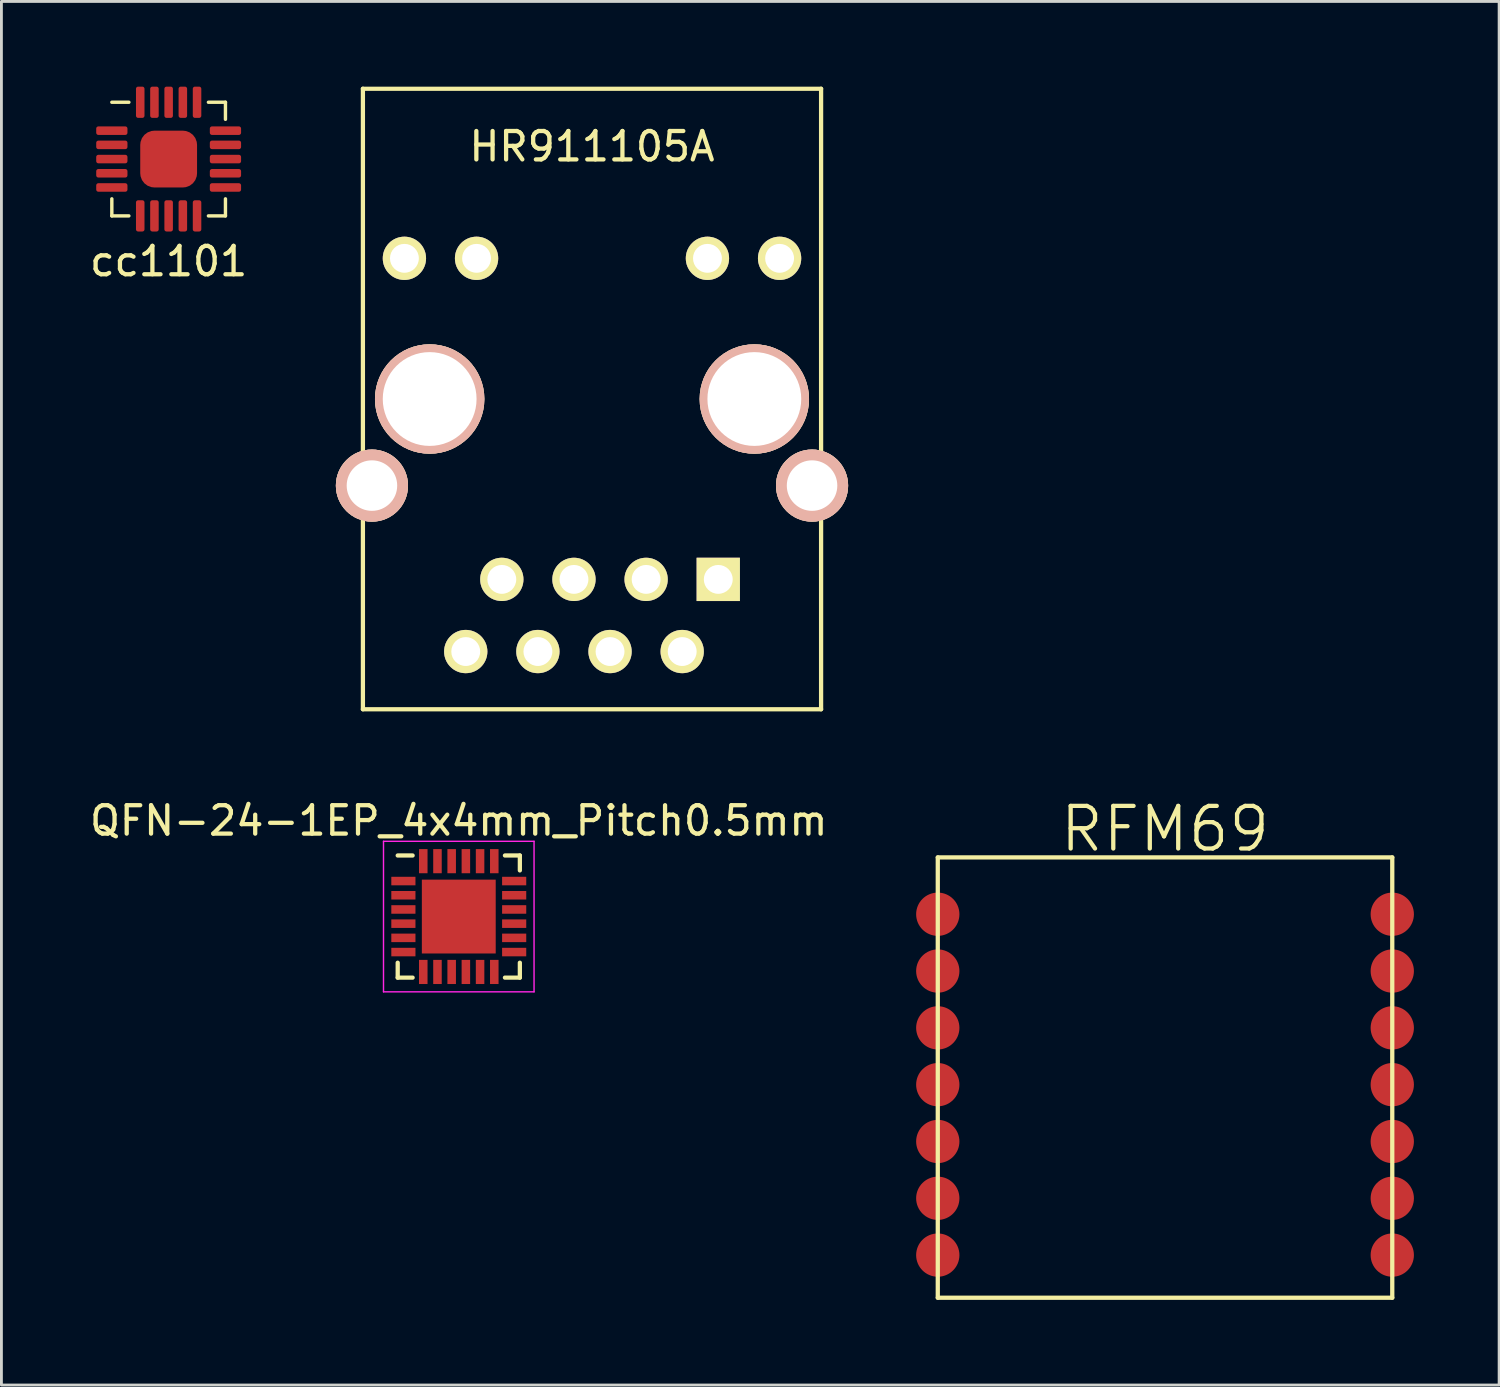
<source format=kicad_pcb>
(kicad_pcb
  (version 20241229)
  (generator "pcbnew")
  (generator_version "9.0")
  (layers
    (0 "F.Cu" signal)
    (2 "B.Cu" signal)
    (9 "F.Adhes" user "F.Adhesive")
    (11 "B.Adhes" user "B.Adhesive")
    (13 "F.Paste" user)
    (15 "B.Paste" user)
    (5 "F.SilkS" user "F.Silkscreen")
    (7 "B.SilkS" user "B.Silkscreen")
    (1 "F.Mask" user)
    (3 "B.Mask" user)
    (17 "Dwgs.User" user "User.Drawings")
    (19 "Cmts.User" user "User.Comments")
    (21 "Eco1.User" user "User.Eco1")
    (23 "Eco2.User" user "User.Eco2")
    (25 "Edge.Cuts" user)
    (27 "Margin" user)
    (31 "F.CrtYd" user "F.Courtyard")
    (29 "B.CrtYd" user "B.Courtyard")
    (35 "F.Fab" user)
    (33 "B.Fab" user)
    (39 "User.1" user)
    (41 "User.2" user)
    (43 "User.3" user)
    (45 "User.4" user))
  (footprint "QFN-24-1EP_4x4mm_Pitch0.5mm"
    (layer "F.Cu")
    (at 13.101 29.217)
    (property "Reference" "QFN-24-1EP_4x4mm_Pitch0.5mm" (at 0 -3.375 0) (layer "F.SilkS") (effects (font (size 1 1) (thickness 0.15))))
    (attr smd)
    (fp_line (start -2.15 -2.15) (end -1.625 -2.15) (stroke (width 0.15) (type solid)) (layer "F.SilkS"))
    (fp_line (start -2.15 2.15) (end -2.15 1.625) (stroke (width 0.15) (type solid)) (layer "F.SilkS"))
    (fp_line (start -2.15 2.15) (end -1.625 2.15) (stroke (width 0.15) (type solid)) (layer "F.SilkS"))
    (fp_line (start 2.15 -2.15) (end 1.625 -2.15) (stroke (width 0.15) (type solid)) (layer "F.SilkS"))
    (fp_line (start 2.15 -2.15) (end 2.15 -1.625) (stroke (width 0.15) (type solid)) (layer "F.SilkS"))
    (fp_line (start 2.15 2.15) (end 1.625 2.15) (stroke (width 0.15) (type solid)) (layer "F.SilkS"))
    (fp_line (start 2.15 2.15) (end 2.15 1.625) (stroke (width 0.15) (type solid)) (layer "F.SilkS"))
    (fp_line (start -2.65 -2.65) (end -2.65 2.65) (stroke (width 0.05) (type solid)) (layer "F.CrtYd"))
    (fp_line (start -2.65 -2.65) (end 2.65 -2.65) (stroke (width 0.05) (type solid)) (layer "F.CrtYd"))
    (fp_line (start -2.65 2.65) (end 2.65 2.65) (stroke (width 0.05) (type solid)) (layer "F.CrtYd"))
    (fp_line (start 2.65 -2.65) (end 2.65 2.65) (stroke (width 0.05) (type solid)) (layer "F.CrtYd"))
    (pad "1" smd rect (at -1.95 -1.25) (size 0.85 0.3) (layers "F.Cu" "F.Mask" "F.Paste"))
    (pad "2" smd rect (at -1.95 -0.75) (size 0.85 0.3) (layers "F.Cu" "F.Mask" "F.Paste"))
    (pad "3" smd rect (at -1.95 -0.25) (size 0.85 0.3) (layers "F.Cu" "F.Mask" "F.Paste"))
    (pad "4" smd rect (at -1.95 0.25) (size 0.85 0.3) (layers "F.Cu" "F.Mask" "F.Paste"))
    (pad "5" smd rect (at -1.95 0.75) (size 0.85 0.3) (layers "F.Cu" "F.Mask" "F.Paste"))
    (pad "6" smd rect (at -1.95 1.25) (size 0.85 0.3) (layers "F.Cu" "F.Mask" "F.Paste"))
    (pad "7" smd rect (at -1.25 1.95 90) (size 0.85 0.3) (layers "F.Cu" "F.Mask" "F.Paste"))
    (pad "8" smd rect (at -0.75 1.95 90) (size 0.85 0.3) (layers "F.Cu" "F.Mask" "F.Paste"))
    (pad "9" smd rect (at -0.25 1.95 90) (size 0.85 0.3) (layers "F.Cu" "F.Mask" "F.Paste"))
    (pad "10" smd rect (at 0.25 1.95 90) (size 0.85 0.3) (layers "F.Cu" "F.Mask" "F.Paste"))
    (pad "11" smd rect (at 0.75 1.95 90) (size 0.85 0.3) (layers "F.Cu" "F.Mask" "F.Paste"))
    (pad "12" smd rect (at 1.25 1.95 90) (size 0.85 0.3) (layers "F.Cu" "F.Mask" "F.Paste"))
    (pad "13" smd rect (at 1.95 1.25) (size 0.85 0.3) (layers "F.Cu" "F.Mask" "F.Paste"))
    (pad "14" smd rect (at 1.95 0.75) (size 0.85 0.3) (layers "F.Cu" "F.Mask" "F.Paste"))
    (pad "15" smd rect (at 1.95 0.25) (size 0.85 0.3) (layers "F.Cu" "F.Mask" "F.Paste"))
    (pad "16" smd rect (at 1.95 -0.25) (size 0.85 0.3) (layers "F.Cu" "F.Mask" "F.Paste"))
    (pad "17" smd rect (at 1.95 -0.75) (size 0.85 0.3) (layers "F.Cu" "F.Mask" "F.Paste"))
    (pad "18" smd rect (at 1.95 -1.25) (size 0.85 0.3) (layers "F.Cu" "F.Mask" "F.Paste"))
    (pad "19" smd rect (at 1.25 -1.95 90) (size 0.85 0.3) (layers "F.Cu" "F.Mask" "F.Paste"))
    (pad "20" smd rect (at 0.75 -1.95 90) (size 0.85 0.3) (layers "F.Cu" "F.Mask" "F.Paste"))
    (pad "21" smd rect (at 0.25 -1.95 90) (size 0.85 0.3) (layers "F.Cu" "F.Mask" "F.Paste"))
    (pad "22" smd rect (at -0.25 -1.95 90) (size 0.85 0.3) (layers "F.Cu" "F.Mask" "F.Paste"))
    (pad "23" smd rect (at -0.75 -1.95 90) (size 0.85 0.3) (layers "F.Cu" "F.Mask" "F.Paste"))
    (pad "24" smd rect (at -1.25 -1.95 90) (size 0.85 0.3) (layers "F.Cu" "F.Mask" "F.Paste"))
    (pad "25" smd rect (at 0 0) (size 2.6 2.6) (layers "F.Cu" "F.Mask" "F.Paste")))
  (footprint "cc1101"
    (layer "F.Cu")
    (at 2.887 2.55)
    (property "Reference" "cc1101" (at 0 3.6 0) (layer "F.SilkS") (effects (font (size 1 1) (thickness 0.15))))
    (attr through_hole)
    (fp_line (start -2 -2) (end -1.4 -2) (stroke (width 0.12) (type solid)) (layer "F.SilkS"))
    (fp_line (start -2 2) (end -2 1.4) (stroke (width 0.12) (type solid)) (layer "F.SilkS"))
    (fp_line (start -1.4 2) (end -2 2) (stroke (width 0.12) (type solid)) (layer "F.SilkS"))
    (fp_line (start 1.4 -2) (end 2 -2) (stroke (width 0.12) (type solid)) (layer "F.SilkS"))
    (fp_line (start 2 -2) (end 2 -1.4) (stroke (width 0.12) (type solid)) (layer "F.SilkS"))
    (fp_line (start 2 1.4) (end 2 2) (stroke (width 0.12) (type solid)) (layer "F.SilkS"))
    (fp_line (start 2 2) (end 1.4 2) (stroke (width 0.12) (type solid)) (layer "F.SilkS"))
    (pad "1" smd roundrect (at -2 -1) (size 1.1 0.3) (layers "F.Cu" "F.Mask" "F.Paste") (roundrect_rratio 0.25))
    (pad "2" smd roundrect (at -2 -0.5) (size 1.1 0.3) (layers "F.Cu" "F.Mask" "F.Paste") (roundrect_rratio 0.25))
    (pad "3" smd roundrect (at -2 0) (size 1.1 0.3) (layers "F.Cu" "F.Mask" "F.Paste") (roundrect_rratio 0.25))
    (pad "4" smd roundrect (at -2 0.5) (size 1.1 0.3) (layers "F.Cu" "F.Mask" "F.Paste") (roundrect_rratio 0.25))
    (pad "5" smd roundrect (at -2 1) (size 1.1 0.3) (layers "F.Cu" "F.Mask" "F.Paste") (roundrect_rratio 0.25))
    (pad "6" smd roundrect (at -1 2) (size 0.3 1.1) (layers "F.Cu" "F.Mask" "F.Paste") (roundrect_rratio 0.25))
    (pad "7" smd roundrect (at -0.5 2) (size 0.3 1.1) (layers "F.Cu" "F.Mask" "F.Paste") (roundrect_rratio 0.25))
    (pad "8" smd roundrect (at 0 2) (size 0.3 1.1) (layers "F.Cu" "F.Mask" "F.Paste") (roundrect_rratio 0.25))
    (pad "9" smd roundrect (at 0.5 2) (size 0.3 1.1) (layers "F.Cu" "F.Mask" "F.Paste") (roundrect_rratio 0.25))
    (pad "10" smd roundrect (at 1 2) (size 0.3 1.1) (layers "F.Cu" "F.Mask" "F.Paste") (roundrect_rratio 0.25))
    (pad "11" smd roundrect (at 2 1) (size 1.1 0.3) (layers "F.Cu" "F.Mask" "F.Paste") (roundrect_rratio 0.25))
    (pad "12" smd roundrect (at 2 0.5) (size 1.1 0.3) (layers "F.Cu" "F.Mask" "F.Paste") (roundrect_rratio 0.25))
    (pad "13" smd roundrect (at 2 0) (size 1.1 0.3) (layers "F.Cu" "F.Mask" "F.Paste") (roundrect_rratio 0.25))
    (pad "14" smd roundrect (at 2 -0.5) (size 1.1 0.3) (layers "F.Cu" "F.Mask" "F.Paste") (roundrect_rratio 0.25))
    (pad "15" smd roundrect (at 2 -1) (size 1.1 0.3) (layers "F.Cu" "F.Mask" "F.Paste") (roundrect_rratio 0.25))
    (pad "16" smd roundrect (at 1 -2) (size 0.3 1.1) (layers "F.Cu" "F.Mask" "F.Paste") (roundrect_rratio 0.25))
    (pad "17" smd roundrect (at 0.5 -2) (size 0.3 1.1) (layers "F.Cu" "F.Mask" "F.Paste") (roundrect_rratio 0.25))
    (pad "18" smd roundrect (at 0 -2) (size 0.3 1.1) (layers "F.Cu" "F.Mask" "F.Paste") (roundrect_rratio 0.25))
    (pad "19" smd roundrect (at -0.5 -2) (size 0.3 1.1) (layers "F.Cu" "F.Mask" "F.Paste") (roundrect_rratio 0.25))
    (pad "19" smd roundrect (at 0 0) (size 2 2) (layers "F.Cu" "F.Mask" "F.Paste") (roundrect_rratio 0.25))
    (pad "20" smd roundrect (at -1 -2) (size 0.3 1.1) (layers "F.Cu" "F.Mask" "F.Paste") (roundrect_rratio 0.25)))
  (footprint "RFM69"
    (layer "F.Cu")
    (at 37.964 35.135)
    (property "Reference" "RFM69" (at 0 -9 0) (layer "F.SilkS") (effects (font (size 1.5 1.5) (thickness 0.15))))
    (attr through_hole)
    (fp_line (start -8 -8) (end -8 7.5) (stroke (width 0.15) (type solid)) (layer "F.SilkS"))
    (fp_line (start -8 7.5) (end 8 7.5) (stroke (width 0.15) (type solid)) (layer "F.SilkS"))
    (fp_line (start 8 -8) (end -8 -8) (stroke (width 0.15) (type solid)) (layer "F.SilkS"))
    (fp_line (start 8 7.5) (end 8 -8) (stroke (width 0.15) (type solid)) (layer "F.SilkS"))
    (pad "1" smd circle (at 8 6) (size 1.524 1.524) (layers "F.Cu" "F.Mask" "F.Paste"))
    (pad "2" smd circle (at 8 4) (size 1.524 1.524) (layers "F.Cu" "F.Mask" "F.Paste"))
    (pad "3" smd circle (at 8 2) (size 1.524 1.524) (layers "F.Cu" "F.Mask" "F.Paste"))
    (pad "4" smd circle (at 8 0) (size 1.524 1.524) (layers "F.Cu" "F.Mask" "F.Paste"))
    (pad "5" smd circle (at 8 -2) (size 1.524 1.524) (layers "F.Cu" "F.Mask" "F.Paste"))
    (pad "6" smd circle (at 8 -4) (size 1.524 1.524) (layers "F.Cu" "F.Mask" "F.Paste"))
    (pad "7" smd circle (at 8 -6) (size 1.524 1.524) (layers "F.Cu" "F.Mask" "F.Paste"))
    (pad "8" smd circle (at -8 -6) (size 1.524 1.524) (layers "F.Cu" "F.Mask" "F.Paste"))
    (pad "9" smd circle (at -8 -4) (size 1.524 1.524) (layers "F.Cu" "F.Mask" "F.Paste"))
    (pad "10" smd circle (at -8 -2) (size 1.524 1.524) (layers "F.Cu" "F.Mask" "F.Paste"))
    (pad "11" smd circle (at -8 0) (size 1.524 1.524) (layers "F.Cu" "F.Mask" "F.Paste"))
    (pad "12" smd circle (at -8 2) (size 1.524 1.524) (layers "F.Cu" "F.Mask" "F.Paste"))
    (pad "13" smd circle (at -8 4) (size 1.524 1.524) (layers "F.Cu" "F.Mask" "F.Paste"))
    (pad "14" smd circle (at -8 6) (size 1.524 1.524) (layers "F.Cu" "F.Mask" "F.Paste")))
  (footprint "HR911105A"
    (layer "F.Cu")
    (at 17.791 10.997)
    (property "Reference" "HR911105A" (at 0 -8.89 180) (layer "F.SilkS") (effects (font (size 1 1) (thickness 0.15))))
    (attr through_hole)
    (fp_line (start -8.065 -10.922) (end -8.065 1.841) (stroke (width 0.15) (type solid)) (layer "F.SilkS"))
    (fp_line (start -8.065 4.255) (end -8.065 10.922) (stroke (width 0.15) (type solid)) (layer "F.SilkS"))
    (fp_line (start -8.065 10.922) (end 8.065 10.922) (stroke (width 0.15) (type solid)) (layer "F.SilkS"))
    (fp_line (start 8.065 -10.922) (end -8.065 -10.922) (stroke (width 0.15) (type solid)) (layer "F.SilkS"))
    (fp_line (start 8.065 1.841) (end 8.065 -10.922) (stroke (width 0.15) (type solid)) (layer "F.SilkS"))
    (fp_line (start 8.065 10.922) (end 8.065 4.255) (stroke (width 0.15) (type solid)) (layer "F.SilkS"))
    (pad "1" thru_hole rect (at 4.445 6.35 180) (size 1.524 1.524) (drill 1.016) (layers "*.Cu" "*.Mask" "F.SilkS"))
    (pad "2" thru_hole circle (at 3.175 8.89 180) (size 1.524 1.524) (drill 1.016) (layers "*.Cu" "*.Mask" "F.SilkS"))
    (pad "3" thru_hole circle (at 1.905 6.35 180) (size 1.524 1.524) (drill 1.016) (layers "*.Cu" "*.Mask" "F.SilkS"))
    (pad "4" thru_hole circle (at 0.635 8.89 180) (size 1.524 1.524) (drill 1.016) (layers "*.Cu" "*.Mask" "F.SilkS"))
    (pad "5" thru_hole circle (at -0.635 6.35 180) (size 1.524 1.524) (drill 1.016) (layers "*.Cu" "*.Mask" "F.SilkS"))
    (pad "6" thru_hole circle (at -1.905 8.89 180) (size 1.524 1.524) (drill 1.016) (layers "*.Cu" "*.Mask" "F.SilkS"))
    (pad "7" thru_hole circle (at -3.175 6.35 180) (size 1.524 1.524) (drill 1.016) (layers "*.Cu" "*.Mask" "F.SilkS"))
    (pad "8" thru_hole circle (at -4.445 8.89 180) (size 1.524 1.524) (drill 1.016) (layers "*.Cu" "*.Mask" "F.SilkS"))
    (pad "13" thru_hole circle (at -7.747 3.048 180) (size 2.54 2.54) (drill 1.778) (layers "*.Cu" "*.SilkS" "*.Mask"))
    (pad "13" thru_hole circle (at 7.747 3.048 180) (size 2.54 2.54) (drill 1.778) (layers "*.Cu" "*.SilkS" "*.Mask"))
    (pad "GA" thru_hole circle (at 6.604 -4.953 180) (size 1.524 1.524) (drill 1.016) (layers "*.Cu" "*.Mask" "F.SilkS"))
    (pad "GK" thru_hole circle (at 4.064 -4.953 180) (size 1.524 1.524) (drill 1.016) (layers "*.Cu" "*.Mask" "F.SilkS"))
    (pad "Hole" thru_hole circle (at -5.715 0 180) (size 3.851 3.851) (drill 3.302) (layers "*.Cu" "*.SilkS" "*.Mask"))
    (pad "Hole" thru_hole circle (at 5.715 0 180) (size 3.851 3.851) (drill 3.302) (layers "*.Cu" "*.SilkS" "*.Mask"))
    (pad "YA" thru_hole circle (at -6.604 -4.953 180) (size 1.524 1.524) (drill 1.016) (layers "*.Cu" "*.Mask" "F.SilkS"))
    (pad "YK" thru_hole circle (at -4.064 -4.953 180) (size 1.524 1.524) (drill 1.016) (layers "*.Cu" "*.Mask" "F.SilkS")))
  (gr_rect
    (start -3 -3)
    (end 49.726 45.71)
    (stroke (width 0.1) (type default))
    (fill no)
    (layer "Edge.Cuts")))
</source>
